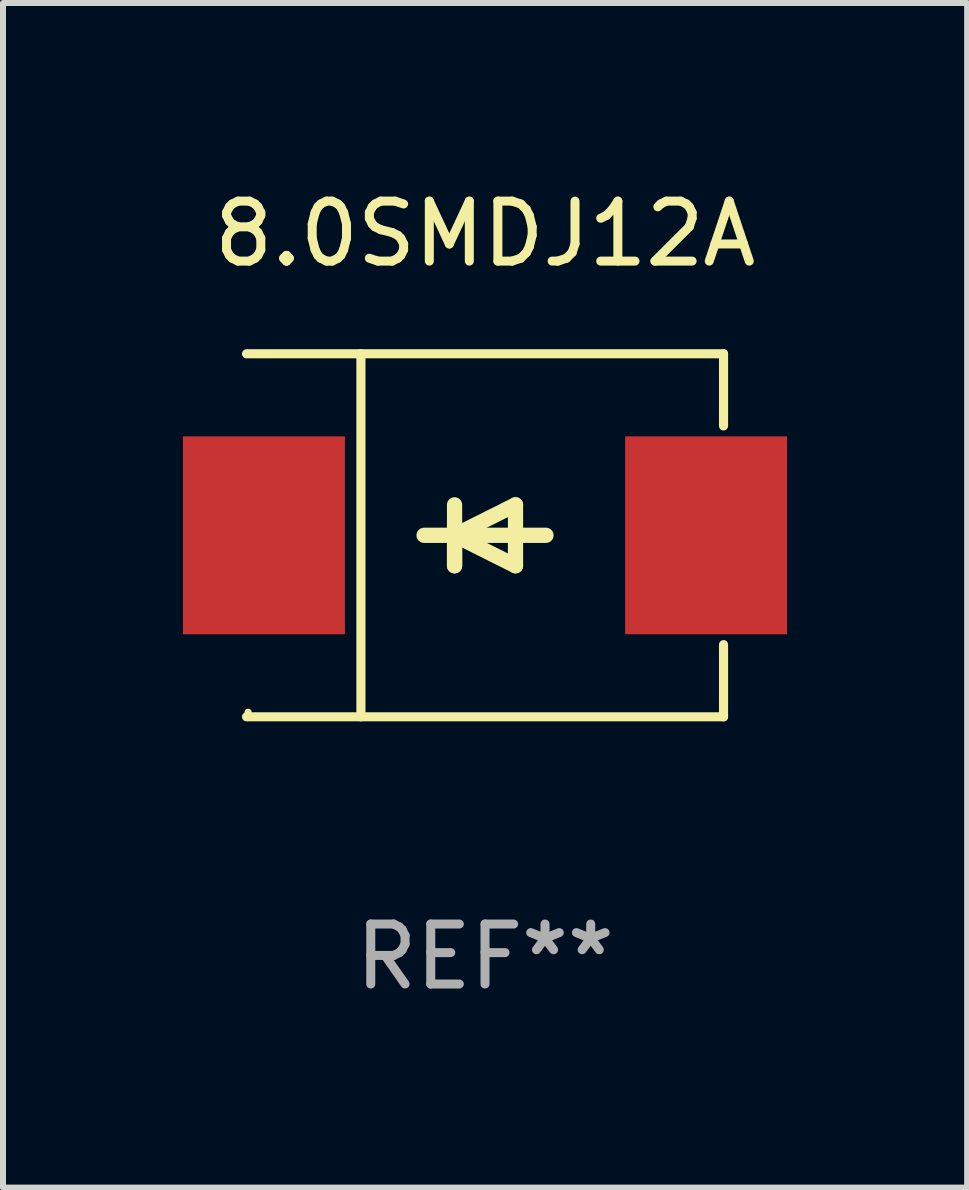
<source format=kicad_pcb>
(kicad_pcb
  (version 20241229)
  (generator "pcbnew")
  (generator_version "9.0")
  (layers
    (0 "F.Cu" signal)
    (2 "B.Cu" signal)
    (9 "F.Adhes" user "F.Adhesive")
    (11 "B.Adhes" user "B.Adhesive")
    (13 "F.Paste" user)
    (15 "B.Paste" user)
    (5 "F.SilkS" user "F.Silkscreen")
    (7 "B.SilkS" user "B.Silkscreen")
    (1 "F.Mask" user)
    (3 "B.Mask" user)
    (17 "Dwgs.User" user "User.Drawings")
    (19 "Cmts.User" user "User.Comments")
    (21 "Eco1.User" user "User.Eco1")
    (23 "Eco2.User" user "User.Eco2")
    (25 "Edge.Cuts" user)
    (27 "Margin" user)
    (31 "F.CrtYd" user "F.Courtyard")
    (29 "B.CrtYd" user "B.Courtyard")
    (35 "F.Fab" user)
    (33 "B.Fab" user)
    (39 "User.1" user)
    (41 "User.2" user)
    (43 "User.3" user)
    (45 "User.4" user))
  (footprint "8.0SMDJ12A"
    (layer "F.Cu")
    (at 5.036 5.874)
    (property "Reference" "8.0SMDJ12A" (at 0 -5.026 0) (layer "F.SilkS") (effects (font (size 1 1) (thickness 0.15))))
    (attr through_hole)
    (fp_line (start -3.976 -3.026) (end 3.976 -3.026) (stroke (width 0.152) (type solid)) (layer "F.SilkS"))
    (fp_line (start -3.976 3.026) (end 3.976 3.026) (stroke (width 0.152) (type solid)) (layer "F.SilkS"))
    (fp_line (start -2.069 -3.026) (end -2.069 3.026) (stroke (width 0.152) (type solid)) (layer "F.SilkS"))
    (fp_line (start -0.508 0) (end -0.508 0.508) (stroke (width 0.254) (type solid)) (layer "F.SilkS"))
    (fp_line (start -0.508 0) (end 0.508 0.508) (stroke (width 0.254) (type solid)) (layer "F.SilkS"))
    (fp_line (start -0.508 0.508) (end -0.508 -0.508) (stroke (width 0.254) (type solid)) (layer "F.SilkS"))
    (fp_line (start 0.508 -0.508) (end -0.508 0) (stroke (width 0.254) (type solid)) (layer "F.SilkS"))
    (fp_line (start 0.508 0.508) (end 0.508 -0.508) (stroke (width 0.254) (type solid)) (layer "F.SilkS"))
    (fp_line (start 1.016 0) (end -1.016 0) (stroke (width 0.254) (type solid)) (layer "F.SilkS"))
    (fp_line (start 3.976 -3.026) (end 3.976 -1.823) (stroke (width 0.152) (type solid)) (layer "F.SilkS"))
    (fp_line (start 3.976 3.026) (end 3.976 1.823) (stroke (width 0.152) (type solid)) (layer "F.SilkS"))
    (fp_circle (center -3.95 2.95) (end -3.92 2.95) (stroke (width 0.06) (type solid)) (fill no) (layer "F.SilkS"))
    (fp_text user "REF**" (at 0 7.026 0) (layer "F.Fab") (effects (font (size 1 1) (thickness 0.15))))
    (pad "1" smd rect (at -3.686 0) (size 2.7 3.3) (layers "F.Cu" "F.Mask" "F.Paste"))
    (pad "2" smd rect (at 3.686 0) (size 2.7 3.3) (layers "F.Cu" "F.Mask" "F.Paste")))
  (gr_rect
    (start -3 -3)
    (end 13.073 16.749)
    (stroke (width 0.1) (type default))
    (fill no)
    (layer "Edge.Cuts")))
</source>
